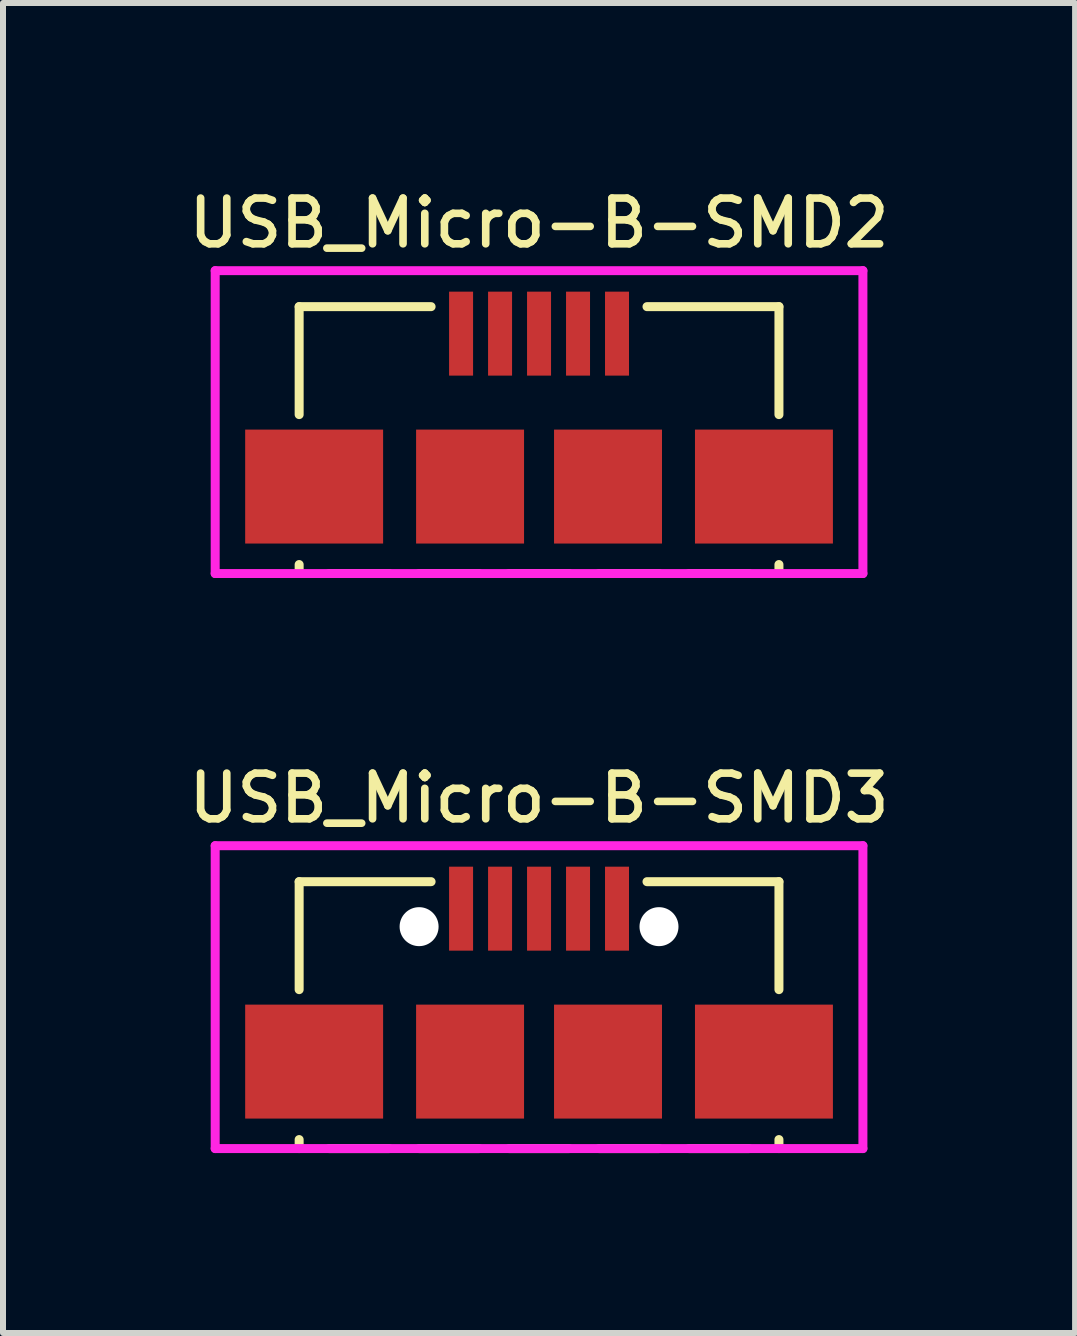
<source format=kicad_pcb>
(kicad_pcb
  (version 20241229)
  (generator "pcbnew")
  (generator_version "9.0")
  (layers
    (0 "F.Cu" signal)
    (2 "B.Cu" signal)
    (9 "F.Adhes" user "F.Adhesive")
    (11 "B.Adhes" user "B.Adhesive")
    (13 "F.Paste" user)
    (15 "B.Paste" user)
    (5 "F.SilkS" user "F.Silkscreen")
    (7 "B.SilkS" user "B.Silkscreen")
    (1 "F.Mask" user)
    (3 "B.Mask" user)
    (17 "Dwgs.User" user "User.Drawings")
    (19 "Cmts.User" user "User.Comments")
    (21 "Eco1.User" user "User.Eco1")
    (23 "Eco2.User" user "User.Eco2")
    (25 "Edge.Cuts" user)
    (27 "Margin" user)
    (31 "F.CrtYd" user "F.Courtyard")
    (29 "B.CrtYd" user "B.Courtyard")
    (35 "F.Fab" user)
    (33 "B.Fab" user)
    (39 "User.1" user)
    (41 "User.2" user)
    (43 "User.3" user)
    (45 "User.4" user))
  (footprint "USB_Micro-B-SMD3"
    (layer "F.Cu")
    (at 5.938 14.651)
    (property "Reference" "USB_Micro-B-SMD3" (at 0 -4.394 0) (layer "F.SilkS") (effects (font (size 0.762 0.762) (thickness 0.127))))
    (attr through_hole)
    (fp_line (start -4 -3) (end -1.8 -3) (stroke (width 0.15) (type solid)) (layer "F.SilkS"))
    (fp_line (start -4 -1.2) (end -4 -3) (stroke (width 0.15) (type solid)) (layer "F.SilkS"))
    (fp_line (start -4 1.45) (end -4 1.3) (stroke (width 0.15) (type solid)) (layer "F.SilkS"))
    (fp_line (start -3.5 1.45) (end -2.5 1.45) (stroke (width 0.15) (type solid)) (layer "F.SilkS"))
    (fp_line (start -2 1.45) (end -1 1.45) (stroke (width 0.15) (type solid)) (layer "F.SilkS"))
    (fp_line (start -0.5 1.45) (end 0.5 1.45) (stroke (width 0.15) (type solid)) (layer "F.SilkS"))
    (fp_line (start 1 1.45) (end 2 1.45) (stroke (width 0.15) (type solid)) (layer "F.SilkS"))
    (fp_line (start 1.8 -3) (end 4 -3) (stroke (width 0.15) (type solid)) (layer "F.SilkS"))
    (fp_line (start 2.5 1.45) (end 3.5 1.45) (stroke (width 0.15) (type solid)) (layer "F.SilkS"))
    (fp_line (start 4 -3) (end 4 -1.2) (stroke (width 0.15) (type solid)) (layer "F.SilkS"))
    (fp_line (start 4 1.45) (end 4 1.3) (stroke (width 0.15) (type solid)) (layer "F.SilkS"))
    (fp_line (start -5.4 -3.6) (end -5.4 1.45) (stroke (width 0.15) (type solid)) (layer "F.CrtYd"))
    (fp_line (start -5.4 1.45) (end 5.4 1.45) (stroke (width 0.15) (type solid)) (layer "F.CrtYd"))
    (fp_line (start 5.4 -3.6) (end -5.4 -3.6) (stroke (width 0.15) (type solid)) (layer "F.CrtYd"))
    (fp_line (start 5.4 1.45) (end 5.4 -3.6) (stroke (width 0.15) (type solid)) (layer "F.CrtYd"))
    (pad "" np_thru_hole circle (at -2 -2.25) (size 0.65 0.65) (drill 0.65) (layers "*.Cu" "*.Mask"))
    (pad "" np_thru_hole circle (at 2 -2.25) (size 0.65 0.65) (drill 0.65) (layers "*.Cu" "*.Mask"))
    (pad "1" smd rect (at -1.3 -2.55) (size 0.4 1.4) (layers "F.Cu" "F.Mask" "F.Paste"))
    (pad "2" smd rect (at -0.65 -2.55) (size 0.4 1.4) (layers "F.Cu" "F.Mask" "F.Paste"))
    (pad "3" smd rect (at 0 -2.55) (size 0.4 1.4) (layers "F.Cu" "F.Mask" "F.Paste"))
    (pad "4" smd rect (at 0.65 -2.55) (size 0.4 1.4) (layers "F.Cu" "F.Mask" "F.Paste"))
    (pad "5" smd rect (at 1.3 -2.55) (size 0.4 1.4) (layers "F.Cu" "F.Mask" "F.Paste"))
    (pad "6" smd rect (at -3.75 0) (size 2.3 1.9) (layers "F.Cu" "F.Mask" "F.Paste"))
    (pad "6" smd rect (at -1.15 0) (size 1.8 1.9) (layers "F.Cu" "F.Mask" "F.Paste"))
    (pad "6" smd rect (at 1.15 0) (size 1.8 1.9) (layers "F.Cu" "F.Mask" "F.Paste"))
    (pad "6" smd rect (at 3.75 0) (size 2.3 1.9) (layers "F.Cu" "F.Mask" "F.Paste")))
  (footprint "USB_Micro-B-SMD2"
    (layer "F.Cu")
    (at 5.938 5.063)
    (property "Reference" "USB_Micro-B-SMD2" (at 0 -4.394 0) (layer "F.SilkS") (effects (font (size 0.762 0.762) (thickness 0.127))))
    (attr through_hole)
    (fp_line (start -4 -3) (end -1.8 -3) (stroke (width 0.15) (type solid)) (layer "F.SilkS"))
    (fp_line (start -4 -1.2) (end -4 -3) (stroke (width 0.15) (type solid)) (layer "F.SilkS"))
    (fp_line (start -4 1.45) (end -4 1.3) (stroke (width 0.15) (type solid)) (layer "F.SilkS"))
    (fp_line (start -3.5 1.45) (end -2.5 1.45) (stroke (width 0.15) (type solid)) (layer "F.SilkS"))
    (fp_line (start -2 1.45) (end -1 1.45) (stroke (width 0.15) (type solid)) (layer "F.SilkS"))
    (fp_line (start -0.5 1.45) (end 0.5 1.45) (stroke (width 0.15) (type solid)) (layer "F.SilkS"))
    (fp_line (start 1 1.45) (end 2 1.45) (stroke (width 0.15) (type solid)) (layer "F.SilkS"))
    (fp_line (start 1.8 -3) (end 4 -3) (stroke (width 0.15) (type solid)) (layer "F.SilkS"))
    (fp_line (start 2.5 1.45) (end 3.5 1.45) (stroke (width 0.15) (type solid)) (layer "F.SilkS"))
    (fp_line (start 4 -3) (end 4 -1.2) (stroke (width 0.15) (type solid)) (layer "F.SilkS"))
    (fp_line (start 4 1.45) (end 4 1.3) (stroke (width 0.15) (type solid)) (layer "F.SilkS"))
    (fp_line (start -5.4 -3.6) (end -5.4 1.45) (stroke (width 0.15) (type solid)) (layer "F.CrtYd"))
    (fp_line (start -5.4 1.45) (end 5.4 1.45) (stroke (width 0.15) (type solid)) (layer "F.CrtYd"))
    (fp_line (start 5.4 -3.6) (end -5.4 -3.6) (stroke (width 0.15) (type solid)) (layer "F.CrtYd"))
    (fp_line (start 5.4 1.45) (end 5.4 -3.6) (stroke (width 0.15) (type solid)) (layer "F.CrtYd"))
    (pad "1" smd rect (at -1.3 -2.55) (size 0.4 1.4) (layers "F.Cu" "F.Mask" "F.Paste"))
    (pad "2" smd rect (at -0.65 -2.55) (size 0.4 1.4) (layers "F.Cu" "F.Mask" "F.Paste"))
    (pad "3" smd rect (at 0 -2.55) (size 0.4 1.4) (layers "F.Cu" "F.Mask" "F.Paste"))
    (pad "4" smd rect (at 0.65 -2.55) (size 0.4 1.4) (layers "F.Cu" "F.Mask" "F.Paste"))
    (pad "5" smd rect (at 1.3 -2.55) (size 0.4 1.4) (layers "F.Cu" "F.Mask" "F.Paste"))
    (pad "6" smd rect (at -3.75 0) (size 2.3 1.9) (layers "F.Cu" "F.Mask" "F.Paste"))
    (pad "6" smd rect (at -1.15 0) (size 1.8 1.9) (layers "F.Cu" "F.Mask" "F.Paste"))
    (pad "6" smd rect (at 1.15 0) (size 1.8 1.9) (layers "F.Cu" "F.Mask" "F.Paste"))
    (pad "6" smd rect (at 3.75 0) (size 2.3 1.9) (layers "F.Cu" "F.Mask" "F.Paste")))
  (gr_rect
    (start -3 -3)
    (end 14.876 19.176)
    (stroke (width 0.1) (type default))
    (fill no)
    (layer "Edge.Cuts")))
</source>
